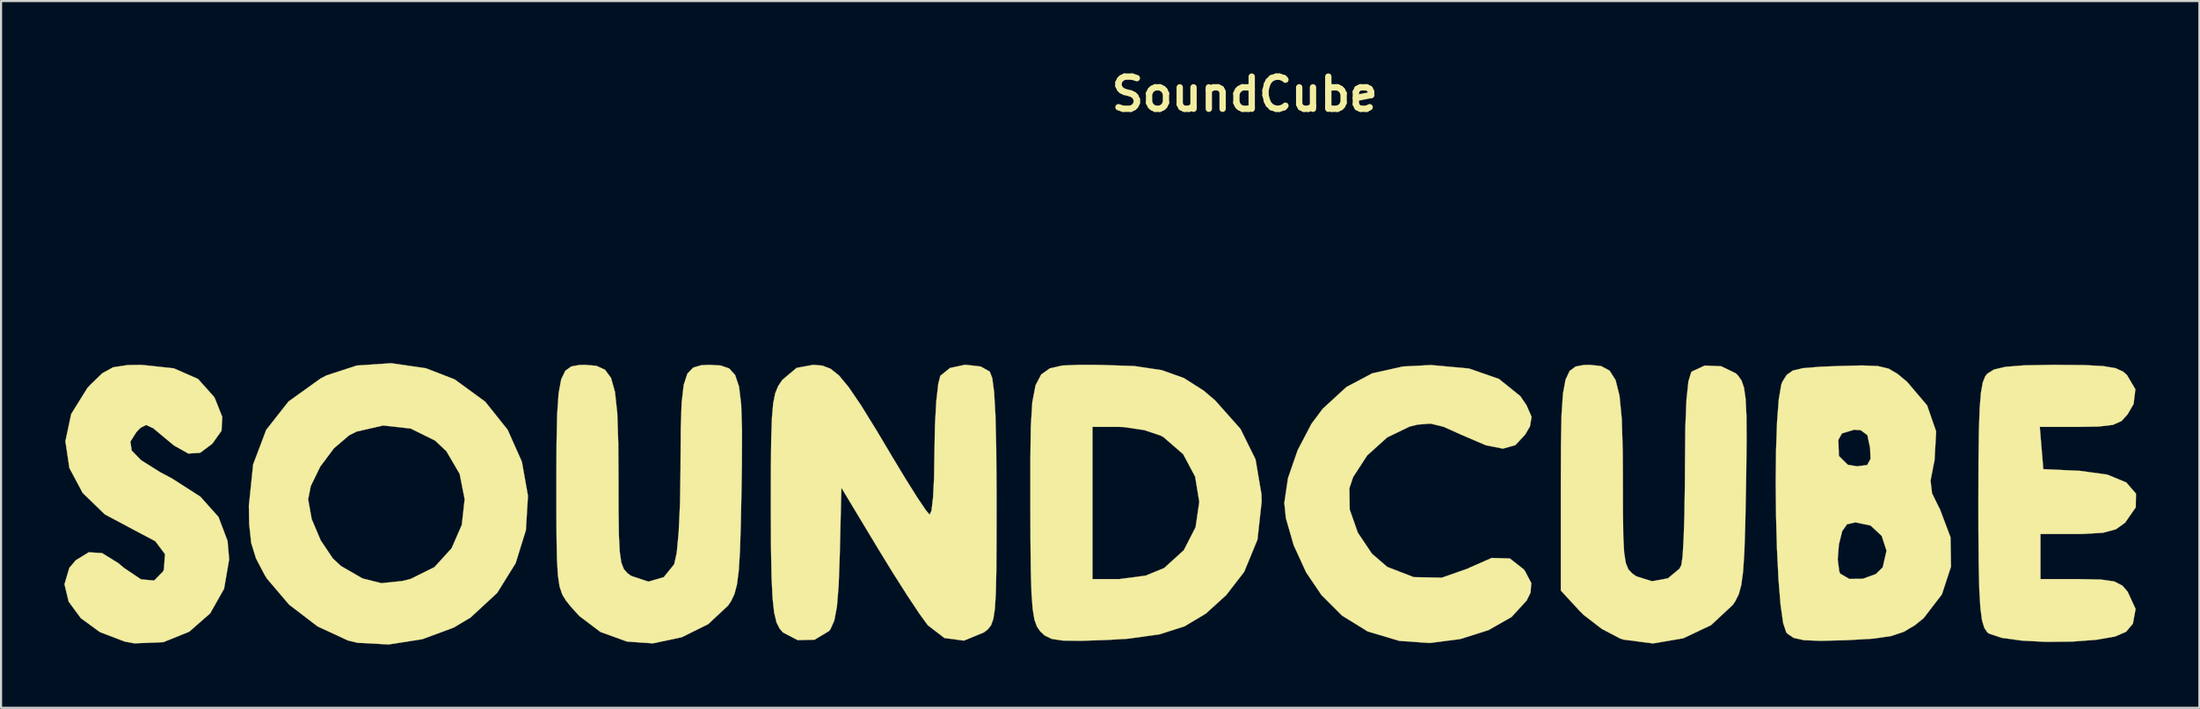
<source format=kicad_pcb>
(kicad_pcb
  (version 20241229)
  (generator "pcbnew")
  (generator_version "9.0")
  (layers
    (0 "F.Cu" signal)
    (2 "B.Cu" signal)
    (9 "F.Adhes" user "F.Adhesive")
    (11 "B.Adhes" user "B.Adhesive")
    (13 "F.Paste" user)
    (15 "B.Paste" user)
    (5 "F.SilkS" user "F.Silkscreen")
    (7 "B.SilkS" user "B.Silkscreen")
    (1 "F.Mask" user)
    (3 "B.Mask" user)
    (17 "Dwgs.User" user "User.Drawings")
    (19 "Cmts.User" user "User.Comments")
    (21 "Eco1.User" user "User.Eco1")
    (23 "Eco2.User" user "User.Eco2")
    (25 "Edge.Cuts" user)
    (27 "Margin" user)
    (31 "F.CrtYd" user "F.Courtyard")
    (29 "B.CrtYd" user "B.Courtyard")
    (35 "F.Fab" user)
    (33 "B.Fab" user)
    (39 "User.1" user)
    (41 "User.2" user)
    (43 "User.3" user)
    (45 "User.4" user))
  (footprint "SoundCube"
    (layer "F.Cu")
    (at 55.933 1.418)
    (property "Reference" "SoundCube" (at 0 0 0) (layer "F.SilkS") (effects (font (size 1.524 1.524) (thickness 0.3))))
    (attr through_hole)
    (fp_poly (pts (xy -38.802 12.996) (xy -37.443 13.522) (xy -35.992 14.581) (xy -34.93 15.912) (xy -34.255 17.428) (xy -33.967 19.045) (xy -34.066 20.678) (xy -34.551 22.24) (xy -35.424 23.647) (xy -36.682 24.812) (xy -37.485 25.293) (xy -38.974 25.844) (xy -40.564 26.093) (xy -42.045 26.014) (xy -42.493 25.906) (xy -43.935 25.238) (xy -45.283 24.207) (xy -46.332 22.974) (xy -46.449 22.785) (xy -46.853 22.011) (xy -47.079 21.283) (xy -47.175 20.387) (xy -47.191 19.518) (xy -47.159 19.215) (xy -44.383 19.215) (xy -44.215 20.147) (xy -43.787 21.158) (xy -43.213 22.015) (xy -42.823 22.376) (xy -41.805 22.964) (xy -40.913 23.187) (xy -39.922 23.086) (xy -39.521 22.984) (xy -38.398 22.426) (xy -37.585 21.533) (xy -37.101 20.421) (xy -36.966 19.207) (xy -37.203 18.006) (xy -37.829 16.933) (xy -38.366 16.426) (xy -39.523 15.855) (xy -40.827 15.709) (xy -42.09 15.998) (xy -42.441 16.177) (xy -43.163 16.794) (xy -43.812 17.664) (xy -44.259 18.585) (xy -44.383 19.215) (xy -47.159 19.215) (xy -46.988 17.555) (xy -46.369 15.917) (xy -45.313 14.572) (xy -43.801 13.487) (xy -43.515 13.335) (xy -42.081 12.867) (xy -40.447 12.757) (xy -38.802 12.996)) (stroke (width 0.01) (type solid)) (fill yes) (layer "F.SilkS"))
    (fp_poly (pts (xy -6.931 12.835) (xy -5.241 12.891) (xy -3.939 13.085) (xy -2.89 13.459) (xy -1.954 14.054) (xy -1.402 14.525) (xy -0.206 15.872) (xy 0.507 17.316) (xy 0.788 18.967) (xy 0.796 19.326) (xy 0.598 21.124) (xy -0.031 22.652) (xy -0.882 23.752) (xy -1.849 24.631) (xy -2.86 25.235) (xy -4.051 25.615) (xy -5.558 25.823) (xy -6.551 25.881) (xy -7.795 25.921) (xy -8.621 25.909) (xy -9.145 25.831) (xy -9.481 25.67) (xy -9.692 25.474) (xy -9.85 25.248) (xy -9.968 24.919) (xy -10.052 24.413) (xy -10.108 23.659) (xy -10.141 22.582) (xy -10.156 21.111) (xy -10.16 19.338) (xy -10.16 17.309) (xy -10.141 15.775) (xy -7.219 15.775) (xy -7.219 22.994) (xy -5.949 22.993) (xy -4.699 22.829) (xy -3.823 22.47) (xy -2.889 21.622) (xy -2.334 20.535) (xy -2.157 19.332) (xy -2.354 18.136) (xy -2.922 17.07) (xy -3.857 16.259) (xy -3.985 16.189) (xy -4.769 15.927) (xy -5.735 15.784) (xy -6.003 15.775) (xy -7.219 15.775) (xy -10.141 15.775) (xy -10.14 15.752) (xy -10.069 14.605) (xy -9.916 13.805) (xy -9.649 13.291) (xy -9.238 12.999) (xy -8.653 12.867) (xy -7.861 12.833) (xy -6.931 12.835)) (stroke (width 0.01) (type solid)) (fill yes) (layer "F.SilkS"))
    (fp_poly (pts (xy 10.626 13.009) (xy 12.042 13.503) (xy 13.05 14.314) (xy 13.345 14.745) (xy 13.587 15.301) (xy 13.509 15.756) (xy 13.28 16.145) (xy 12.818 16.64) (xy 12.23 16.807) (xy 11.418 16.646) (xy 10.281 16.158) (xy 10.281 16.158) (xy 9.419 15.771) (xy 8.797 15.619) (xy 8.192 15.667) (xy 7.806 15.761) (xy 6.746 16.274) (xy 5.799 17.128) (xy 5.132 18.154) (xy 4.954 18.683) (xy 4.969 19.696) (xy 5.355 20.794) (xy 6.021 21.787) (xy 6.749 22.416) (xy 8.002 22.901) (xy 9.335 22.927) (xy 10.58 22.49) (xy 10.634 22.458) (xy 11.699 21.991) (xy 12.559 22.016) (xy 13.217 22.534) (xy 13.28 22.623) (xy 13.574 23.181) (xy 13.537 23.638) (xy 13.351 24.012) (xy 12.641 24.789) (xy 11.546 25.413) (xy 10.205 25.838) (xy 8.755 26.024) (xy 7.334 25.924) (xy 7.306 25.919) (xy 5.821 25.476) (xy 4.606 24.725) (xy 3.63 23.748) (xy 2.906 22.676) (xy 2.315 21.387) (xy 1.947 20.108) (xy 1.872 19.384) (xy 2.045 18.206) (xy 2.504 16.88) (xy 3.155 15.634) (xy 3.691 14.915) (xy 4.812 13.886) (xy 6.036 13.237) (xy 7.502 12.91) (xy 8.823 12.844) (xy 10.626 13.009)) (stroke (width 0.01) (type solid)) (fill yes) (layer "F.SilkS"))
    (fp_poly (pts (xy -50.744 13) (xy -49.599 13.503) (xy -48.841 14.351) (xy -48.799 14.429) (xy -48.451 15.303) (xy -48.488 15.961) (xy -48.918 16.567) (xy -48.928 16.577) (xy -49.501 17.006) (xy -50.06 17.039) (xy -50.736 16.66) (xy -51.155 16.314) (xy -51.724 15.838) (xy -52.06 15.685) (xy -52.328 15.821) (xy -52.525 16.028) (xy -52.805 16.476) (xy -52.743 16.9) (xy -52.293 17.36) (xy -51.409 17.915) (xy -50.828 18.226) (xy -49.489 19.085) (xy -48.631 20.046) (xy -48.201 21.185) (xy -48.126 22.058) (xy -48.366 23.453) (xy -49.025 24.619) (xy -50.014 25.487) (xy -51.243 25.984) (xy -52.621 26.041) (xy -53.073 25.956) (xy -54.252 25.506) (xy -55.154 24.846) (xy -55.73 24.062) (xy -55.928 23.238) (xy -55.697 22.459) (xy -55.391 22.099) (xy -54.778 21.723) (xy -54.144 21.762) (xy -53.378 22.236) (xy -53.111 22.462) (xy -52.302 23.006) (xy -51.679 23.063) (xy -51.258 22.634) (xy -51.216 22.534) (xy -51.165 21.81) (xy -51.623 21.197) (xy -52.583 20.69) (xy -54.021 19.921) (xy -55.066 18.907) (xy -55.695 17.726) (xy -55.884 16.453) (xy -55.609 15.165) (xy -54.848 13.939) (xy -54.701 13.777) (xy -54.134 13.23) (xy -53.62 12.948) (xy -52.94 12.845) (xy -52.293 12.834) (xy -50.744 13)) (stroke (width 0.01) (type solid)) (fill yes) (layer "F.SilkS"))
    (fp_poly (pts (xy 39.799 12.846) (xy 40.691 12.895) (xy 41.264 12.994) (xy 41.623 13.161) (xy 41.802 13.323) (xy 42.197 13.993) (xy 42.112 14.689) (xy 41.828 15.181) (xy 41.537 15.499) (xy 41.129 15.68) (xy 40.458 15.759) (xy 39.539 15.775) (xy 37.667 15.775) (xy 37.75 16.777) (xy 37.833 17.78) (xy 39.565 17.861) (xy 40.87 18.04) (xy 41.767 18.412) (xy 42.225 18.942) (xy 42.213 19.593) (xy 41.709 20.32) (xy 41.275 20.631) (xy 40.659 20.797) (xy 39.703 20.853) (xy 39.437 20.855) (xy 37.699 20.855) (xy 37.699 22.994) (xy 39.555 22.994) (xy 40.571 23.016) (xy 41.198 23.107) (xy 41.583 23.305) (xy 41.828 23.588) (xy 42.207 24.409) (xy 42.079 25.107) (xy 41.755 25.492) (xy 41.231 25.718) (xy 40.33 25.873) (xy 39.198 25.957) (xy 37.979 25.97) (xy 36.819 25.911) (xy 35.864 25.78) (xy 35.257 25.576) (xy 35.178 25.515) (xy 35.036 25.302) (xy 34.929 24.94) (xy 34.853 24.36) (xy 34.802 23.494) (xy 34.773 22.273) (xy 34.76 20.627) (xy 34.758 19.384) (xy 34.763 17.446) (xy 34.782 15.974) (xy 34.819 14.899) (xy 34.879 14.153) (xy 34.967 13.666) (xy 35.087 13.37) (xy 35.178 13.254) (xy 35.496 13.056) (xy 36.041 12.928) (xy 36.909 12.859) (xy 38.197 12.834) (xy 38.479 12.834) (xy 39.799 12.846)) (stroke (width 0.01) (type solid)) (fill yes) (layer "F.SilkS"))
    (fp_poly (pts (xy 16.884 12.892) (xy 17.284 13.111) (xy 17.567 13.556) (xy 17.752 14.293) (xy 17.859 15.388) (xy 17.906 16.905) (xy 17.914 18.234) (xy 17.916 19.821) (xy 17.932 20.959) (xy 17.973 21.734) (xy 18.051 22.231) (xy 18.177 22.535) (xy 18.363 22.733) (xy 18.546 22.861) (xy 19.291 23.096) (xy 20.045 22.958) (xy 20.596 22.5) (xy 20.685 22.324) (xy 20.743 21.913) (xy 20.793 21.071) (xy 20.83 19.901) (xy 20.851 18.506) (xy 20.855 17.678) (xy 20.872 15.829) (xy 20.927 14.483) (xy 21.02 13.61) (xy 21.154 13.181) (xy 21.176 13.155) (xy 21.793 12.868) (xy 22.572 12.902) (xy 23.261 13.235) (xy 23.37 13.342) (xy 23.535 13.578) (xy 23.653 13.92) (xy 23.728 14.447) (xy 23.767 15.239) (xy 23.775 16.374) (xy 23.758 17.934) (xy 23.746 18.67) (xy 23.711 20.411) (xy 23.669 21.702) (xy 23.609 22.627) (xy 23.524 23.27) (xy 23.402 23.717) (xy 23.234 24.051) (xy 23.112 24.227) (xy 22.091 25.177) (xy 20.778 25.799) (xy 19.34 26.045) (xy 17.941 25.863) (xy 17.78 25.809) (xy 16.915 25.356) (xy 16.059 24.696) (xy 15.842 24.479) (xy 14.973 23.536) (xy 14.973 18.506) (xy 14.979 16.627) (xy 15.007 15.215) (xy 15.075 14.205) (xy 15.198 13.53) (xy 15.392 13.122) (xy 15.673 12.914) (xy 16.059 12.841) (xy 16.348 12.834) (xy 16.884 12.892)) (stroke (width 0.01) (type solid)) (fill yes) (layer "F.SilkS"))
    (fp_poly (pts (xy -24.834 12.865) (xy -24.435 13.003) (xy -24.152 13.313) (xy -23.967 13.861) (xy -23.864 14.714) (xy -23.824 15.936) (xy -23.831 17.595) (xy -23.846 18.599) (xy -23.881 20.354) (xy -23.922 21.658) (xy -23.98 22.595) (xy -24.064 23.25) (xy -24.184 23.706) (xy -24.348 24.047) (xy -24.481 24.245) (xy -25.425 25.129) (xy -26.678 25.75) (xy -28.05 26.042) (xy -29.277 25.956) (xy -30.534 25.5) (xy -31.532 24.745) (xy -31.922 24.316) (xy -32.165 24.015) (xy -32.344 23.719) (xy -32.469 23.344) (xy -32.548 22.809) (xy -32.593 22.03) (xy -32.613 20.923) (xy -32.619 19.406) (xy -32.619 18.481) (xy -32.613 16.606) (xy -32.584 15.199) (xy -32.515 14.193) (xy -32.392 13.521) (xy -32.198 13.116) (xy -31.917 12.911) (xy -31.533 12.84) (xy -31.27 12.834) (xy -30.723 12.88) (xy -30.317 13.065) (xy -30.031 13.455) (xy -29.844 14.119) (xy -29.736 15.124) (xy -29.688 16.537) (xy -29.678 18.129) (xy -29.675 19.74) (xy -29.659 20.9) (xy -29.619 21.694) (xy -29.544 22.206) (xy -29.424 22.52) (xy -29.247 22.719) (xy -29.07 22.845) (xy -28.263 23.115) (xy -27.532 22.901) (xy -27.037 22.29) (xy -26.917 21.748) (xy -26.824 20.755) (xy -26.762 19.393) (xy -26.737 17.744) (xy -26.737 17.554) (xy -26.727 15.858) (xy -26.684 14.624) (xy -26.586 13.779) (xy -26.412 13.251) (xy -26.141 12.966) (xy -25.752 12.851) (xy -25.366 12.834) (xy -24.834 12.865)) (stroke (width 0.01) (type solid)) (fill yes) (layer "F.SilkS"))
    (fp_poly (pts (xy -12.516 12.912) (xy -12.085 13.155) (xy -11.968 13.459) (xy -11.879 14.135) (xy -11.817 15.221) (xy -11.78 16.756) (xy -11.765 18.777) (xy -11.764 19.289) (xy -11.766 21.195) (xy -11.775 22.637) (xy -11.8 23.686) (xy -11.845 24.414) (xy -11.919 24.892) (xy -12.027 25.189) (xy -12.178 25.379) (xy -12.358 25.519) (xy -13.309 25.911) (xy -14.232 25.789) (xy -15.016 25.187) (xy -15.396 24.668) (xy -15.97 23.807) (xy -16.658 22.725) (xy -17.379 21.549) (xy -19.117 18.66) (xy -19.193 21.818) (xy -19.245 23.278) (xy -19.327 24.295) (xy -19.452 24.961) (xy -19.632 25.368) (xy -19.702 25.456) (xy -20.386 25.868) (xy -21.186 25.888) (xy -21.883 25.526) (xy -22.043 25.341) (xy -22.191 25.042) (xy -22.301 24.581) (xy -22.377 23.884) (xy -22.425 22.878) (xy -22.451 21.489) (xy -22.459 19.645) (xy -22.459 19.494) (xy -22.456 17.681) (xy -22.44 16.322) (xy -22.406 15.339) (xy -22.346 14.652) (xy -22.251 14.181) (xy -22.115 13.848) (xy -21.931 13.571) (xy -21.905 13.538) (xy -21.236 12.977) (xy -20.448 12.834) (xy -20.017 12.87) (xy -19.627 13.019) (xy -19.226 13.342) (xy -18.763 13.901) (xy -18.183 14.756) (xy -17.434 15.97) (xy -16.71 17.186) (xy -16.074 18.241) (xy -15.522 19.119) (xy -15.118 19.72) (xy -14.935 19.942) (xy -14.846 19.75) (xy -14.772 19.122) (xy -14.723 18.157) (xy -14.705 16.976) (xy -14.682 15.694) (xy -14.62 14.573) (xy -14.527 13.741) (xy -14.428 13.351) (xy -13.968 12.982) (xy -13.25 12.829) (xy -12.516 12.912)) (stroke (width 0.01) (type solid)) (fill yes) (layer "F.SilkS"))
    (fp_poly (pts (xy 29.997 12.892) (xy 30.505 13.014) (xy 30.929 13.264) (xy 31.379 13.639) (xy 32.326 14.753) (xy 32.756 15.991) (xy 32.678 17.38) (xy 32.646 17.516) (xy 32.491 18.326) (xy 32.563 18.928) (xy 32.899 19.613) (xy 32.931 19.667) (xy 33.437 21.011) (xy 33.46 22.402) (xy 33.028 23.72) (xy 32.166 24.844) (xy 31.754 25.178) (xy 31.224 25.494) (xy 30.611 25.697) (xy 29.768 25.818) (xy 28.546 25.889) (xy 28.461 25.892) (xy 27.267 25.921) (xy 26.489 25.89) (xy 26.01 25.783) (xy 25.714 25.585) (xy 25.653 25.517) (xy 25.508 25.079) (xy 25.385 24.208) (xy 25.287 23.004) (xy 25.24 22.068) (xy 28.092 22.068) (xy 28.168 22.638) (xy 28.214 22.737) (xy 28.639 22.986) (xy 29.279 22.98) (xy 29.899 22.755) (xy 30.226 22.434) (xy 30.406 21.648) (xy 30.178 20.945) (xy 29.65 20.454) (xy 28.929 20.303) (xy 28.532 20.395) (xy 28.305 20.72) (xy 28.148 21.353) (xy 28.092 22.068) (xy 25.24 22.068) (xy 25.215 21.57) (xy 25.171 20.006) (xy 25.155 18.413) (xy 25.171 16.893) (xy 25.189 16.392) (xy 28.122 16.392) (xy 28.149 17.155) (xy 28.573 17.574) (xy 29.018 17.646) (xy 29.489 17.585) (xy 29.648 17.292) (xy 29.628 16.777) (xy 29.499 16.167) (xy 29.185 15.934) (xy 28.879 15.908) (xy 28.294 16.084) (xy 28.122 16.392) (xy 25.189 16.392) (xy 25.218 15.546) (xy 25.3 14.475) (xy 25.417 13.779) (xy 25.47 13.636) (xy 25.675 13.311) (xy 25.963 13.106) (xy 26.455 12.989) (xy 27.272 12.924) (xy 28.127 12.89) (xy 29.254 12.862) (xy 29.997 12.892)) (stroke (width 0.01) (type solid)) (fill yes) (layer "F.SilkS")))
  (gr_rect
    (start -3 -3)
    (end 101.163 30.516)
    (stroke (width 0.1) (type default))
    (fill no)
    (layer "Edge.Cuts")))
</source>
